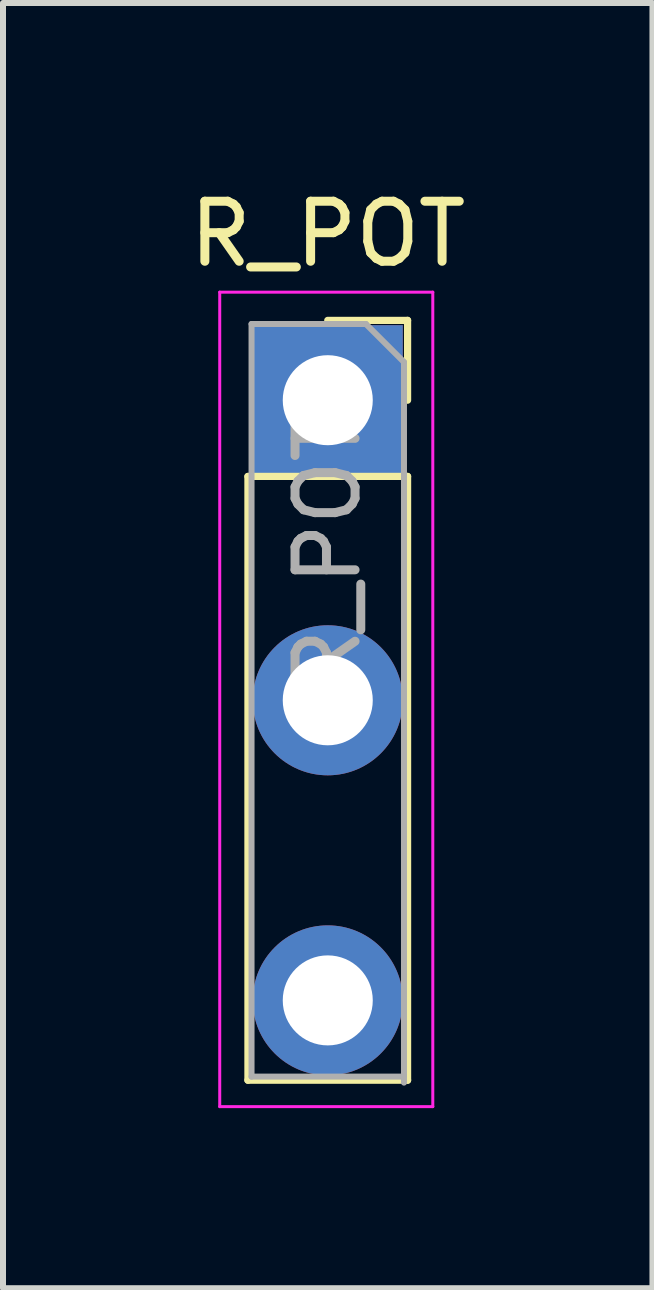
<source format=kicad_pcb>
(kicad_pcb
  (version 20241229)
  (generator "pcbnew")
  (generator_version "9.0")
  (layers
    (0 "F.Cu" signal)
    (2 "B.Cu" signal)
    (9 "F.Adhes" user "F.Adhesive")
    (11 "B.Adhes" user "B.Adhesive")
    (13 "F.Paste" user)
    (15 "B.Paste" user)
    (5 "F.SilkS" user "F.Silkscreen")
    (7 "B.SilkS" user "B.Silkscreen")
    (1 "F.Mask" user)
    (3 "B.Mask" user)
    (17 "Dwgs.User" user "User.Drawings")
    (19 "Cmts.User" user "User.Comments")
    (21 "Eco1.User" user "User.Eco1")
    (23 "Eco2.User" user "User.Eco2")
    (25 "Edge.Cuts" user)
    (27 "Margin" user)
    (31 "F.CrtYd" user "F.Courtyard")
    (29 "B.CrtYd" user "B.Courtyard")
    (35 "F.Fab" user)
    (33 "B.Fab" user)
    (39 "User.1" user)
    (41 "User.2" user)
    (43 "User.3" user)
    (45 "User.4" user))
  (footprint "R_POT"
    (layer "F.Cu")
    (at 2.411 3.618)
    (property "Reference" "R_POT" (at 0 -2.77 0) (layer "F.SilkS") (effects (font (size 1 1) (thickness 0.15))))
    (attr through_hole)
    (fp_line (start -1.33 1.27) (end -1.33 11.33) (stroke (width 0.12) (type solid)) (layer "F.SilkS"))
    (fp_line (start -1.33 1.27) (end 1.33 1.27) (stroke (width 0.12) (type solid)) (layer "F.SilkS"))
    (fp_line (start -1.33 11.33) (end 1.33 11.33) (stroke (width 0.12) (type solid)) (layer "F.SilkS"))
    (fp_line (start 0 -1.33) (end 1.33 -1.33) (stroke (width 0.12) (type solid)) (layer "F.SilkS"))
    (fp_line (start 1.33 -1.33) (end 1.33 0) (stroke (width 0.12) (type solid)) (layer "F.SilkS"))
    (fp_line (start 1.33 1.27) (end 1.33 11.33) (stroke (width 0.12) (type solid)) (layer "F.SilkS"))
    (fp_line (start -1.8 -1.8) (end 1.75 -1.8) (stroke (width 0.05) (type solid)) (layer "F.CrtYd"))
    (fp_line (start -1.8 11.77) (end -1.8 -1.8) (stroke (width 0.05) (type solid)) (layer "F.CrtYd"))
    (fp_line (start 1.75 -1.8) (end 1.75 11.77) (stroke (width 0.05) (type solid)) (layer "F.CrtYd"))
    (fp_line (start 1.75 11.77) (end -1.8 11.77) (stroke (width 0.05) (type solid)) (layer "F.CrtYd"))
    (fp_line (start -1.27 -1.27) (end 0.635 -1.27) (stroke (width 0.1) (type solid)) (layer "F.Fab"))
    (fp_line (start -1.27 11.27) (end -1.27 -1.27) (stroke (width 0.1) (type solid)) (layer "F.Fab"))
    (fp_line (start 0.635 -1.27) (end 1.27 -0.635) (stroke (width 0.1) (type solid)) (layer "F.Fab"))
    (fp_line (start 1.27 -0.635) (end 1.27 11.37) (stroke (width 0.1) (type solid)) (layer "F.Fab"))
    (fp_line (start 1.27 11.27) (end -1.27 11.27) (stroke (width 0.1) (type solid)) (layer "F.Fab"))
    (fp_text user "${REFERENCE}" (at 0 2.54 90) (layer "F.Fab") (effects (font (size 1 1) (thickness 0.15))))
    (pad "1" thru_hole rect (at 0 0) (size 2.5 2.5) (drill 1.5) (layers "*.Cu" "*.Mask"))
    (pad "2" thru_hole oval (at 0 5) (size 2.5 2.5) (drill 1.5) (layers "*.Cu" "*.Mask"))
    (pad "3" thru_hole oval (at 0 10) (size 2.5 2.5) (drill 1.5) (layers "*.Cu" "*.Mask")))
  (gr_rect
    (start -3 -3)
    (end 7.821 18.413)
    (stroke (width 0.1) (type default))
    (fill no)
    (layer "Edge.Cuts")))
</source>
